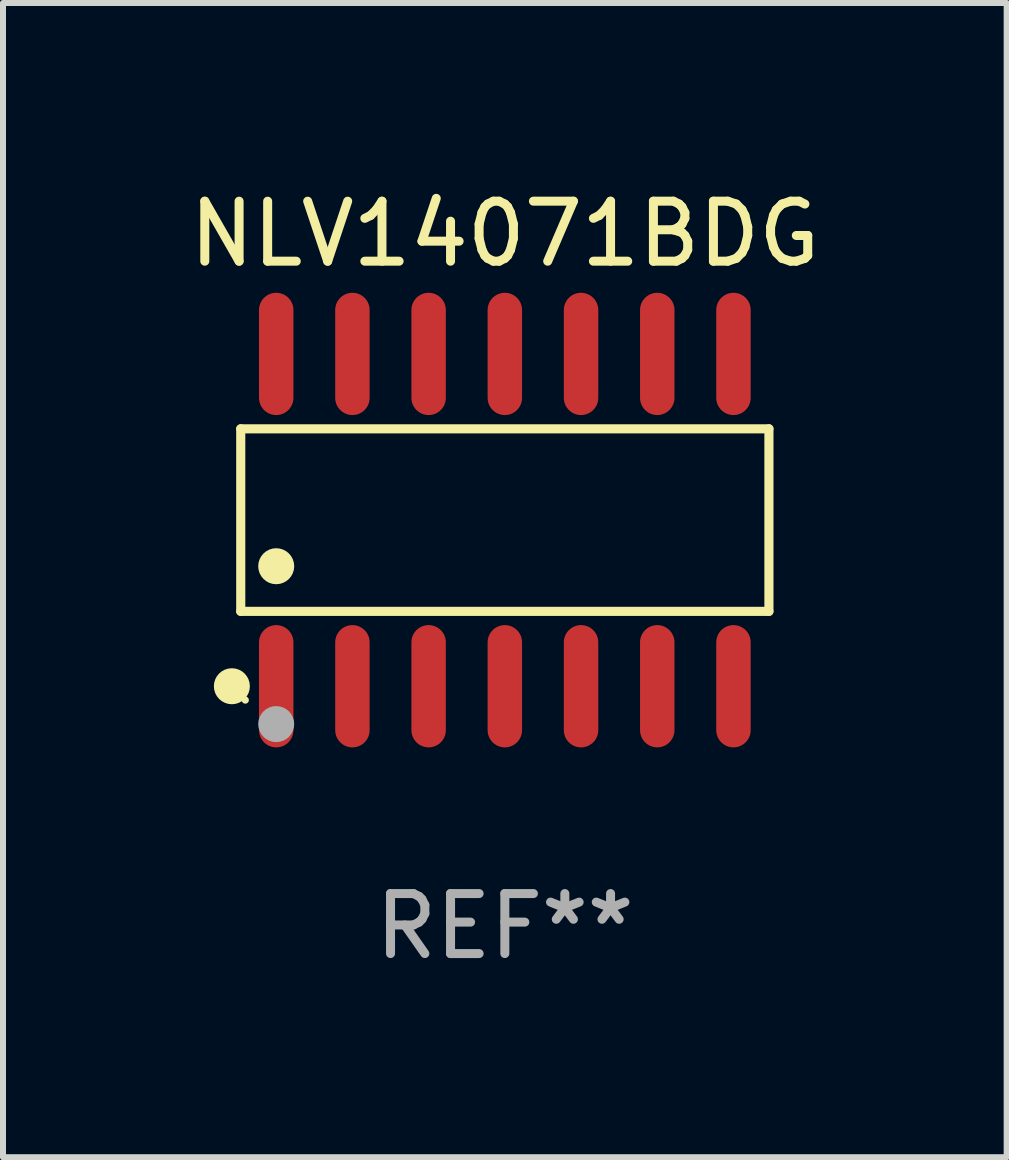
<source format=kicad_pcb>
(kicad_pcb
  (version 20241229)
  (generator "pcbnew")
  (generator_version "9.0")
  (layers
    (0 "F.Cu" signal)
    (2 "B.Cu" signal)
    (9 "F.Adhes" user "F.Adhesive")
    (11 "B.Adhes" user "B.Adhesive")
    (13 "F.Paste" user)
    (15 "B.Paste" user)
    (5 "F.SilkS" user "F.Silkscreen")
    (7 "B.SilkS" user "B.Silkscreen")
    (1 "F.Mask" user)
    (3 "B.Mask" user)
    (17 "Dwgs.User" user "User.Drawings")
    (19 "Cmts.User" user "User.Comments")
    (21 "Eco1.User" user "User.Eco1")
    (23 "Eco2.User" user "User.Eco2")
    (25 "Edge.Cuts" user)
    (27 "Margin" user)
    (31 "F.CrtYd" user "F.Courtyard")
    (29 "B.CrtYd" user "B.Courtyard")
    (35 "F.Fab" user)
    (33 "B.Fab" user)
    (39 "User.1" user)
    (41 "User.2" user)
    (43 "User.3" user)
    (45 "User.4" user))
  (footprint "NLV14071BDG"
    (layer "F.Cu")
    (at 5.363 5.617)
    (property "Reference" "NLV14071BDG" (at 0 -4.769 0) (layer "F.SilkS") (effects (font (size 1 1) (thickness 0.15))))
    (attr through_hole)
    (fp_line (start -4.401 -1.521) (end 4.401 -1.521) (stroke (width 0.152) (type solid)) (layer "F.SilkS"))
    (fp_line (start -4.401 1.521) (end -4.401 -1.521) (stroke (width 0.152) (type solid)) (layer "F.SilkS"))
    (fp_line (start 4.401 -1.521) (end 4.401 1.521) (stroke (width 0.152) (type solid)) (layer "F.SilkS"))
    (fp_line (start 4.401 1.521) (end -4.401 1.521) (stroke (width 0.152) (type solid)) (layer "F.SilkS"))
    (fp_circle (center -4.549 2.769) (end -4.399 2.769) (stroke (width 0.3) (type solid)) (fill no) (layer "F.SilkS"))
    (fp_circle (center -4.325 3) (end -4.295 3) (stroke (width 0.06) (type solid)) (fill no) (layer "F.SilkS"))
    (fp_circle (center -3.81 0.769) (end -3.66 0.769) (stroke (width 0.3) (type solid)) (fill no) (layer "F.SilkS"))
    (fp_circle (center -3.81 3.4) (end -3.66 3.4) (stroke (width 0.3) (type solid)) (fill no) (layer "F.Fab"))
    (fp_text user "REF**" (at 0 6.769 0) (layer "F.Fab") (effects (font (size 1 1) (thickness 0.15))))
    (pad "1" smd oval (at -3.81 2.769) (size 0.574 2.038) (layers "F.Cu" "F.Mask" "F.Paste"))
    (pad "2" smd oval (at -2.54 2.769) (size 0.574 2.038) (layers "F.Cu" "F.Mask" "F.Paste"))
    (pad "3" smd oval (at -1.27 2.769) (size 0.574 2.038) (layers "F.Cu" "F.Mask" "F.Paste"))
    (pad "4" smd oval (at 0 2.769) (size 0.574 2.038) (layers "F.Cu" "F.Mask" "F.Paste"))
    (pad "5" smd oval (at 1.27 2.769) (size 0.574 2.038) (layers "F.Cu" "F.Mask" "F.Paste"))
    (pad "6" smd oval (at 2.54 2.769) (size 0.574 2.038) (layers "F.Cu" "F.Mask" "F.Paste"))
    (pad "7" smd oval (at 3.81 2.769) (size 0.574 2.038) (layers "F.Cu" "F.Mask" "F.Paste"))
    (pad "8" smd oval (at 3.81 -2.769) (size 0.574 2.038) (layers "F.Cu" "F.Mask" "F.Paste"))
    (pad "9" smd oval (at 2.54 -2.769) (size 0.574 2.038) (layers "F.Cu" "F.Mask" "F.Paste"))
    (pad "10" smd oval (at 1.27 -2.769) (size 0.574 2.038) (layers "F.Cu" "F.Mask" "F.Paste"))
    (pad "11" smd oval (at 0 -2.769) (size 0.574 2.038) (layers "F.Cu" "F.Mask" "F.Paste"))
    (pad "12" smd oval (at -1.27 -2.769) (size 0.574 2.038) (layers "F.Cu" "F.Mask" "F.Paste"))
    (pad "13" smd oval (at -2.54 -2.769) (size 0.574 2.038) (layers "F.Cu" "F.Mask" "F.Paste"))
    (pad "14" smd oval (at -3.81 -2.769) (size 0.574 2.038) (layers "F.Cu" "F.Mask" "F.Paste")))
  (gr_rect
    (start -3 -3)
    (end 13.726 16.235)
    (stroke (width 0.1) (type default))
    (fill no)
    (layer "Edge.Cuts")))
</source>
